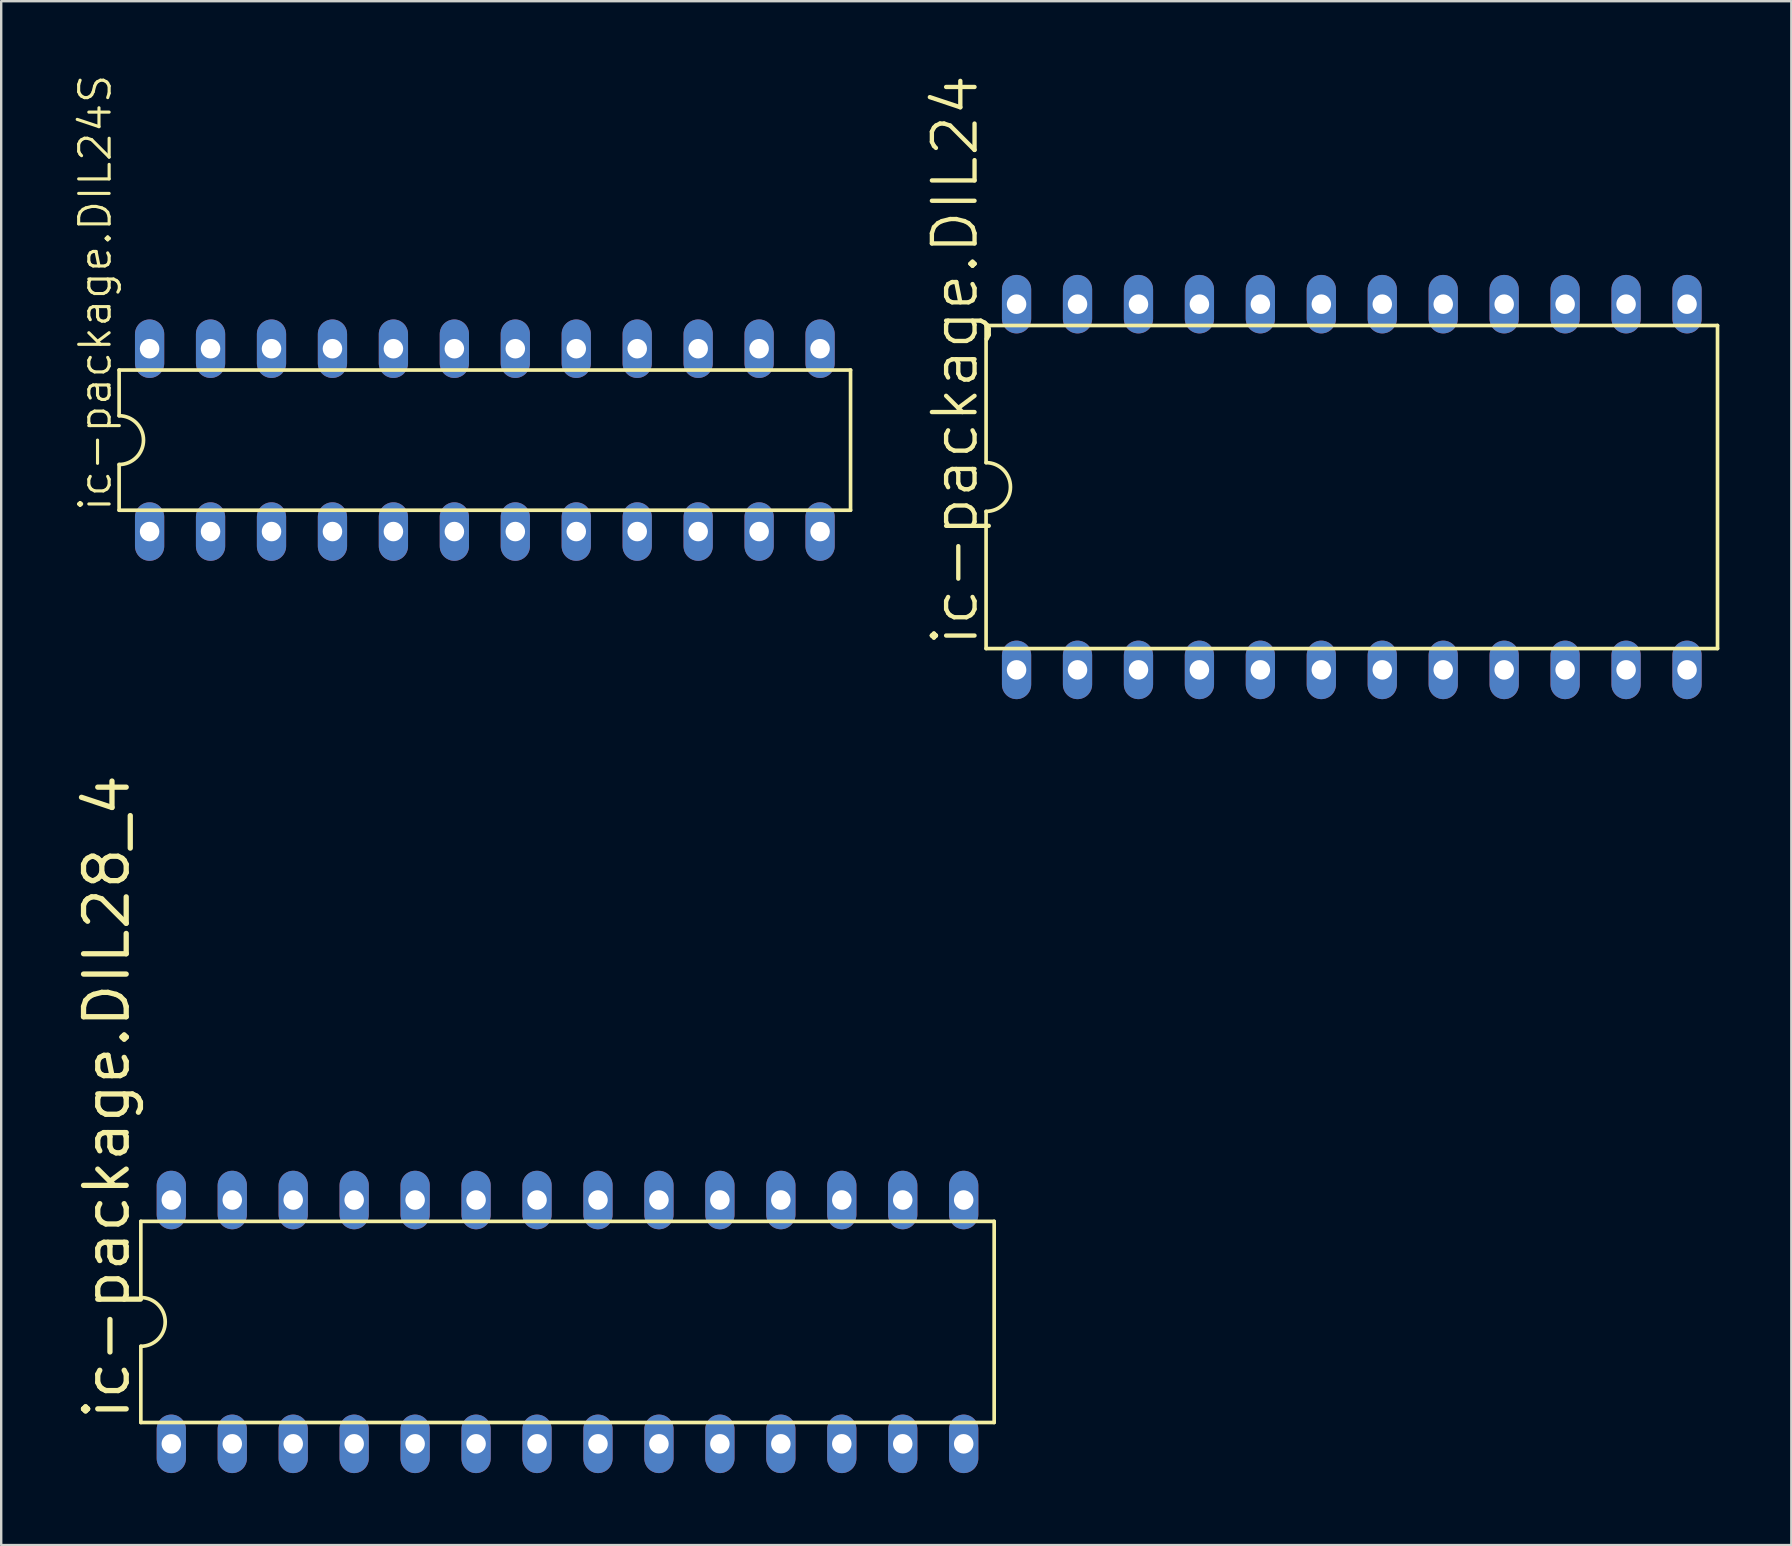
<source format=kicad_pcb>
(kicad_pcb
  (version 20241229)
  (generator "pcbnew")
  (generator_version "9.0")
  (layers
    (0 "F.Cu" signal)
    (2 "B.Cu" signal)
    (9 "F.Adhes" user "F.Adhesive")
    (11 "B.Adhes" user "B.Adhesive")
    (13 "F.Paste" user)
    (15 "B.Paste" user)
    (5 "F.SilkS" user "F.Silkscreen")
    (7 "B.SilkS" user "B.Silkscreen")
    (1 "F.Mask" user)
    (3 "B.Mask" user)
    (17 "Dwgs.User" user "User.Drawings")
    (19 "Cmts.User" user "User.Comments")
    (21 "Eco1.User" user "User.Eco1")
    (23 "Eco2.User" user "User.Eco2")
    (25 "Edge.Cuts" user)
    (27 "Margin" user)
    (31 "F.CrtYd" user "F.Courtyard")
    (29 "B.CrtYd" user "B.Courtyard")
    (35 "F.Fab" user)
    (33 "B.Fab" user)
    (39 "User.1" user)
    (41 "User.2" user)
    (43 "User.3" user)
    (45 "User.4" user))
  (footprint "ic-package.DIL28_4"
    (layer "F.Cu")
    (at 20.599 52.037)
    (property "Reference" "ic-package.DIL28_4" (at -18.161 4.191 90) (layer "F.SilkS") (effects (font (size 1.778 1.778) (thickness 0.22)) (justify left bottom)))
    (attr through_hole)
    (fp_line (start -17.78 -4.191) (end -17.78 -1.016) (stroke (width 0.152) (type default)) (layer "F.SilkS"))
    (fp_line (start -17.78 4.191) (end -17.78 1.016) (stroke (width 0.152) (type default)) (layer "F.SilkS"))
    (fp_line (start -17.78 4.191) (end 17.78 4.191) (stroke (width 0.152) (type default)) (layer "F.SilkS"))
    (fp_line (start 17.78 -4.191) (end -17.78 -4.191) (stroke (width 0.152) (type default)) (layer "F.SilkS"))
    (fp_line (start 17.78 -4.191) (end 17.78 4.191) (stroke (width 0.152) (type default)) (layer "F.SilkS"))
    (fp_arc (start -17.78 -1.016) (mid -16.764 0) (end -17.78 1.016) (stroke (width 0.1524) (type default)) (layer "F.SilkS"))
    (pad "1" thru_hole oval (at -16.51 5.08 90) (size 2.438 1.219) (drill 0.813) (layers "*.Cu" "*.Mask"))
    (pad "2" thru_hole oval (at -13.97 5.08 90) (size 2.438 1.219) (drill 0.813) (layers "*.Cu" "*.Mask"))
    (pad "3" thru_hole oval (at -11.43 5.08 90) (size 2.438 1.219) (drill 0.813) (layers "*.Cu" "*.Mask"))
    (pad "4" thru_hole oval (at -8.89 5.08 90) (size 2.438 1.219) (drill 0.813) (layers "*.Cu" "*.Mask"))
    (pad "5" thru_hole oval (at -6.35 5.08 90) (size 2.438 1.219) (drill 0.813) (layers "*.Cu" "*.Mask"))
    (pad "6" thru_hole oval (at -3.81 5.08 90) (size 2.438 1.219) (drill 0.813) (layers "*.Cu" "*.Mask"))
    (pad "7" thru_hole oval (at -1.27 5.08 90) (size 2.438 1.219) (drill 0.813) (layers "*.Cu" "*.Mask"))
    (pad "8" thru_hole oval (at 1.27 5.08 90) (size 2.438 1.219) (drill 0.813) (layers "*.Cu" "*.Mask"))
    (pad "9" thru_hole oval (at 3.81 5.08 90) (size 2.438 1.219) (drill 0.813) (layers "*.Cu" "*.Mask"))
    (pad "10" thru_hole oval (at 6.35 5.08 90) (size 2.438 1.219) (drill 0.813) (layers "*.Cu" "*.Mask"))
    (pad "11" thru_hole oval (at 8.89 5.08 90) (size 2.438 1.219) (drill 0.813) (layers "*.Cu" "*.Mask"))
    (pad "12" thru_hole oval (at 11.43 5.08 90) (size 2.438 1.219) (drill 0.813) (layers "*.Cu" "*.Mask"))
    (pad "13" thru_hole oval (at 13.97 5.08 90) (size 2.438 1.219) (drill 0.813) (layers "*.Cu" "*.Mask"))
    (pad "14" thru_hole oval (at 16.51 5.08 90) (size 2.438 1.219) (drill 0.813) (layers "*.Cu" "*.Mask"))
    (pad "15" thru_hole oval (at 16.51 -5.08 90) (size 2.438 1.219) (drill 0.813) (layers "*.Cu" "*.Mask"))
    (pad "16" thru_hole oval (at 13.97 -5.08 90) (size 2.438 1.219) (drill 0.813) (layers "*.Cu" "*.Mask"))
    (pad "17" thru_hole oval (at 11.43 -5.08 90) (size 2.438 1.219) (drill 0.813) (layers "*.Cu" "*.Mask"))
    (pad "18" thru_hole oval (at 8.89 -5.08 90) (size 2.438 1.219) (drill 0.813) (layers "*.Cu" "*.Mask"))
    (pad "19" thru_hole oval (at 6.35 -5.08 90) (size 2.438 1.219) (drill 0.813) (layers "*.Cu" "*.Mask"))
    (pad "20" thru_hole oval (at 3.81 -5.08 90) (size 2.438 1.219) (drill 0.813) (layers "*.Cu" "*.Mask"))
    (pad "21" thru_hole oval (at 1.27 -5.08 90) (size 2.438 1.219) (drill 0.813) (layers "*.Cu" "*.Mask"))
    (pad "22" thru_hole oval (at -1.27 -5.08 90) (size 2.438 1.219) (drill 0.813) (layers "*.Cu" "*.Mask"))
    (pad "23" thru_hole oval (at -3.81 -5.08 90) (size 2.438 1.219) (drill 0.813) (layers "*.Cu" "*.Mask"))
    (pad "24" thru_hole oval (at -6.35 -5.08 90) (size 2.438 1.219) (drill 0.813) (layers "*.Cu" "*.Mask"))
    (pad "25" thru_hole oval (at -8.89 -5.08 90) (size 2.438 1.219) (drill 0.813) (layers "*.Cu" "*.Mask"))
    (pad "26" thru_hole oval (at -11.43 -5.08 90) (size 2.438 1.219) (drill 0.813) (layers "*.Cu" "*.Mask"))
    (pad "27" thru_hole oval (at -13.97 -5.08 90) (size 2.438 1.219) (drill 0.813) (layers "*.Cu" "*.Mask"))
    (pad "28" thru_hole oval (at -16.51 -5.08 90) (size 2.438 1.219) (drill 0.813) (layers "*.Cu" "*.Mask")))
  (footprint "ic-package.DIL24"
    (layer "F.Cu")
    (at 53.282 17.245)
    (property "Reference" "ic-package.DIL24" (at -15.494 6.731 90) (layer "F.SilkS") (effects (font (size 1.778 1.778) (thickness 0.18)) (justify left bottom)))
    (attr through_hole)
    (fp_line (start -15.24 -6.731) (end -15.24 -1.016) (stroke (width 0.152) (type default)) (layer "F.SilkS"))
    (fp_line (start -15.24 6.731) (end -15.24 1.016) (stroke (width 0.152) (type default)) (layer "F.SilkS"))
    (fp_line (start -15.24 6.731) (end 15.24 6.731) (stroke (width 0.152) (type default)) (layer "F.SilkS"))
    (fp_line (start 15.24 -6.731) (end -15.24 -6.731) (stroke (width 0.152) (type default)) (layer "F.SilkS"))
    (fp_line (start 15.24 -6.731) (end 15.24 6.731) (stroke (width 0.152) (type default)) (layer "F.SilkS"))
    (fp_arc (start -15.24 -1.016) (mid -14.224 0) (end -15.24 1.016) (stroke (width 0.1524) (type default)) (layer "F.SilkS"))
    (pad "1" thru_hole oval (at -13.97 7.62 90) (size 2.438 1.219) (drill 0.813) (layers "*.Cu" "*.Mask"))
    (pad "2" thru_hole oval (at -11.43 7.62 90) (size 2.438 1.219) (drill 0.813) (layers "*.Cu" "*.Mask"))
    (pad "3" thru_hole oval (at -8.89 7.62 90) (size 2.438 1.219) (drill 0.813) (layers "*.Cu" "*.Mask"))
    (pad "4" thru_hole oval (at -6.35 7.62 90) (size 2.438 1.219) (drill 0.813) (layers "*.Cu" "*.Mask"))
    (pad "5" thru_hole oval (at -3.81 7.62 90) (size 2.438 1.219) (drill 0.813) (layers "*.Cu" "*.Mask"))
    (pad "6" thru_hole oval (at -1.27 7.62 90) (size 2.438 1.219) (drill 0.813) (layers "*.Cu" "*.Mask"))
    (pad "7" thru_hole oval (at 1.27 7.62 90) (size 2.438 1.219) (drill 0.813) (layers "*.Cu" "*.Mask"))
    (pad "8" thru_hole oval (at 3.81 7.62 90) (size 2.438 1.219) (drill 0.813) (layers "*.Cu" "*.Mask"))
    (pad "9" thru_hole oval (at 6.35 7.62 90) (size 2.438 1.219) (drill 0.813) (layers "*.Cu" "*.Mask"))
    (pad "10" thru_hole oval (at 8.89 7.62 90) (size 2.438 1.219) (drill 0.813) (layers "*.Cu" "*.Mask"))
    (pad "11" thru_hole oval (at 11.43 7.62 90) (size 2.438 1.219) (drill 0.813) (layers "*.Cu" "*.Mask"))
    (pad "12" thru_hole oval (at 13.97 7.62 90) (size 2.438 1.219) (drill 0.813) (layers "*.Cu" "*.Mask"))
    (pad "13" thru_hole oval (at 13.97 -7.62 90) (size 2.438 1.219) (drill 0.813) (layers "*.Cu" "*.Mask"))
    (pad "14" thru_hole oval (at 11.43 -7.62 90) (size 2.438 1.219) (drill 0.813) (layers "*.Cu" "*.Mask"))
    (pad "15" thru_hole oval (at 8.89 -7.62 90) (size 2.438 1.219) (drill 0.813) (layers "*.Cu" "*.Mask"))
    (pad "16" thru_hole oval (at 6.35 -7.62 90) (size 2.438 1.219) (drill 0.813) (layers "*.Cu" "*.Mask"))
    (pad "17" thru_hole oval (at 3.81 -7.62 90) (size 2.438 1.219) (drill 0.813) (layers "*.Cu" "*.Mask"))
    (pad "18" thru_hole oval (at 1.27 -7.62 90) (size 2.438 1.219) (drill 0.813) (layers "*.Cu" "*.Mask"))
    (pad "19" thru_hole oval (at -1.27 -7.62 90) (size 2.438 1.219) (drill 0.813) (layers "*.Cu" "*.Mask"))
    (pad "20" thru_hole oval (at -3.81 -7.62 90) (size 2.438 1.219) (drill 0.813) (layers "*.Cu" "*.Mask"))
    (pad "21" thru_hole oval (at -6.35 -7.62 90) (size 2.438 1.219) (drill 0.813) (layers "*.Cu" "*.Mask"))
    (pad "22" thru_hole oval (at -8.89 -7.62 90) (size 2.438 1.219) (drill 0.813) (layers "*.Cu" "*.Mask"))
    (pad "23" thru_hole oval (at -11.43 -7.62 90) (size 2.438 1.219) (drill 0.813) (layers "*.Cu" "*.Mask"))
    (pad "24" thru_hole oval (at -13.97 -7.62 90) (size 2.438 1.219) (drill 0.813) (layers "*.Cu" "*.Mask")))
  (footprint "ic-package.DIL24S"
    (layer "F.Cu")
    (at 17.154 15.291)
    (property "Reference" "ic-package.DIL24S" (at -15.494 3.048 90) (layer "F.SilkS") (effects (font (size 1.27 1.27) (thickness 0.13)) (justify left bottom)))
    (attr through_hole)
    (fp_line (start -15.24 -2.921) (end -15.24 -1.016) (stroke (width 0.152) (type default)) (layer "F.SilkS"))
    (fp_line (start -15.24 2.921) (end -15.24 1.016) (stroke (width 0.152) (type default)) (layer "F.SilkS"))
    (fp_line (start -15.24 2.921) (end 15.24 2.921) (stroke (width 0.152) (type default)) (layer "F.SilkS"))
    (fp_line (start 15.24 -2.921) (end -15.24 -2.921) (stroke (width 0.152) (type default)) (layer "F.SilkS"))
    (fp_line (start 15.24 -2.921) (end 15.24 2.921) (stroke (width 0.152) (type default)) (layer "F.SilkS"))
    (fp_arc (start -15.24 -1.016) (mid -14.224 0) (end -15.24 1.016) (stroke (width 0.1524) (type default)) (layer "F.SilkS"))
    (pad "1" thru_hole oval (at -13.97 3.81 90) (size 2.438 1.219) (drill 0.813) (layers "*.Cu" "*.Mask"))
    (pad "2" thru_hole oval (at -11.43 3.81 90) (size 2.438 1.219) (drill 0.813) (layers "*.Cu" "*.Mask"))
    (pad "3" thru_hole oval (at -8.89 3.81 90) (size 2.438 1.219) (drill 0.813) (layers "*.Cu" "*.Mask"))
    (pad "4" thru_hole oval (at -6.35 3.81 90) (size 2.438 1.219) (drill 0.813) (layers "*.Cu" "*.Mask"))
    (pad "5" thru_hole oval (at -3.81 3.81 90) (size 2.438 1.219) (drill 0.813) (layers "*.Cu" "*.Mask"))
    (pad "6" thru_hole oval (at -1.27 3.81 90) (size 2.438 1.219) (drill 0.813) (layers "*.Cu" "*.Mask"))
    (pad "7" thru_hole oval (at 1.27 3.81 90) (size 2.438 1.219) (drill 0.813) (layers "*.Cu" "*.Mask"))
    (pad "8" thru_hole oval (at 3.81 3.81 90) (size 2.438 1.219) (drill 0.813) (layers "*.Cu" "*.Mask"))
    (pad "9" thru_hole oval (at 6.35 3.81 90) (size 2.438 1.219) (drill 0.813) (layers "*.Cu" "*.Mask"))
    (pad "10" thru_hole oval (at 8.89 3.81 90) (size 2.438 1.219) (drill 0.813) (layers "*.Cu" "*.Mask"))
    (pad "11" thru_hole oval (at 11.43 3.81 90) (size 2.438 1.219) (drill 0.813) (layers "*.Cu" "*.Mask"))
    (pad "12" thru_hole oval (at 13.97 3.81 90) (size 2.438 1.219) (drill 0.813) (layers "*.Cu" "*.Mask"))
    (pad "13" thru_hole oval (at 13.97 -3.81 90) (size 2.438 1.219) (drill 0.813) (layers "*.Cu" "*.Mask"))
    (pad "14" thru_hole oval (at 11.43 -3.81 90) (size 2.438 1.219) (drill 0.813) (layers "*.Cu" "*.Mask"))
    (pad "15" thru_hole oval (at 8.89 -3.81 90) (size 2.438 1.219) (drill 0.813) (layers "*.Cu" "*.Mask"))
    (pad "16" thru_hole oval (at 6.35 -3.81 90) (size 2.438 1.219) (drill 0.813) (layers "*.Cu" "*.Mask"))
    (pad "17" thru_hole oval (at 3.81 -3.81 90) (size 2.438 1.219) (drill 0.813) (layers "*.Cu" "*.Mask"))
    (pad "18" thru_hole oval (at 1.27 -3.81 90) (size 2.438 1.219) (drill 0.813) (layers "*.Cu" "*.Mask"))
    (pad "19" thru_hole oval (at -1.27 -3.81 90) (size 2.438 1.219) (drill 0.813) (layers "*.Cu" "*.Mask"))
    (pad "20" thru_hole oval (at -3.81 -3.81 90) (size 2.438 1.219) (drill 0.813) (layers "*.Cu" "*.Mask"))
    (pad "21" thru_hole oval (at -6.35 -3.81 90) (size 2.438 1.219) (drill 0.813) (layers "*.Cu" "*.Mask"))
    (pad "22" thru_hole oval (at -8.89 -3.81 90) (size 2.438 1.219) (drill 0.813) (layers "*.Cu" "*.Mask"))
    (pad "23" thru_hole oval (at -11.43 -3.81 90) (size 2.438 1.219) (drill 0.813) (layers "*.Cu" "*.Mask"))
    (pad "24" thru_hole oval (at -13.97 -3.81 90) (size 2.438 1.219) (drill 0.813) (layers "*.Cu" "*.Mask")))
  (gr_rect
    (start -3 -3)
    (end 71.598 61.336)
    (stroke (width 0.1) (type default))
    (fill no)
    (layer "Edge.Cuts")))
</source>
